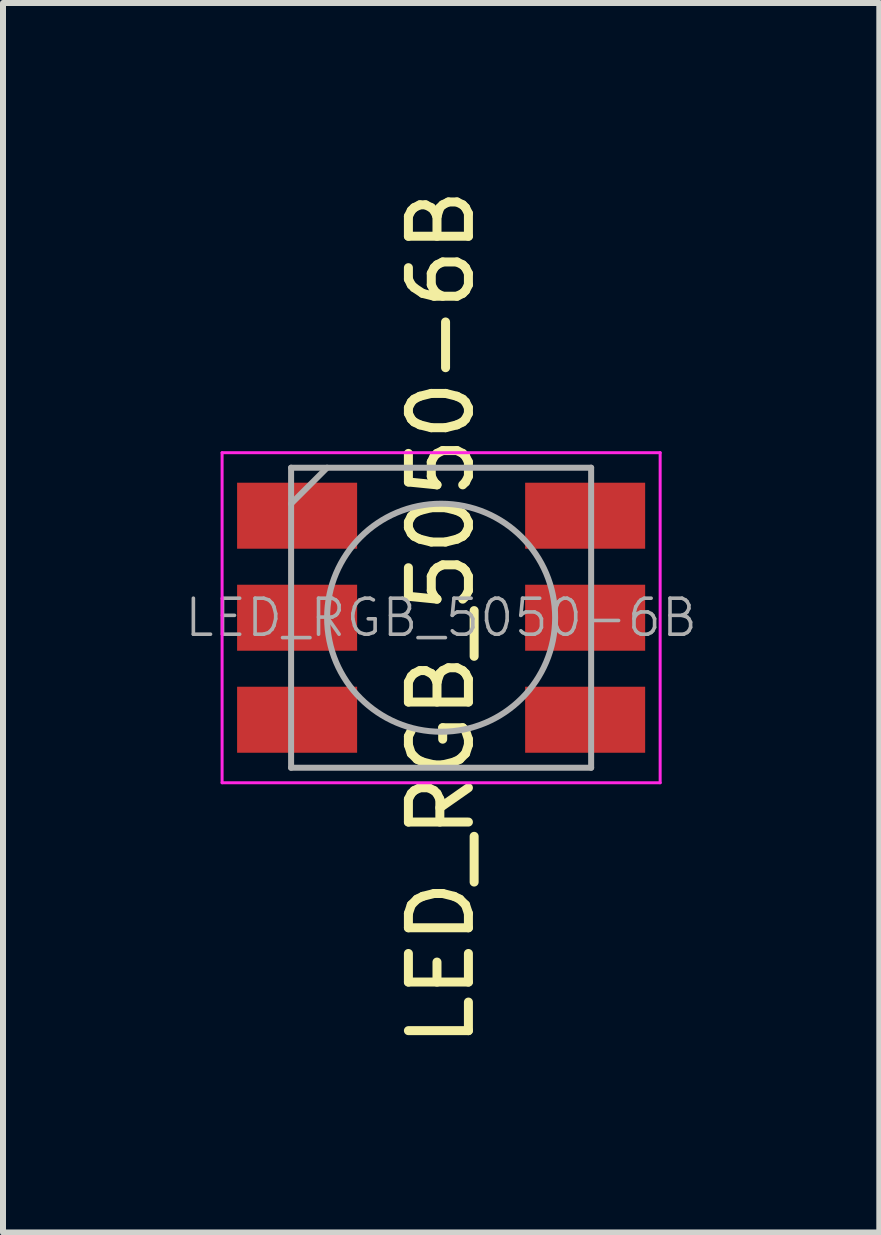
<source format=kicad_pcb>
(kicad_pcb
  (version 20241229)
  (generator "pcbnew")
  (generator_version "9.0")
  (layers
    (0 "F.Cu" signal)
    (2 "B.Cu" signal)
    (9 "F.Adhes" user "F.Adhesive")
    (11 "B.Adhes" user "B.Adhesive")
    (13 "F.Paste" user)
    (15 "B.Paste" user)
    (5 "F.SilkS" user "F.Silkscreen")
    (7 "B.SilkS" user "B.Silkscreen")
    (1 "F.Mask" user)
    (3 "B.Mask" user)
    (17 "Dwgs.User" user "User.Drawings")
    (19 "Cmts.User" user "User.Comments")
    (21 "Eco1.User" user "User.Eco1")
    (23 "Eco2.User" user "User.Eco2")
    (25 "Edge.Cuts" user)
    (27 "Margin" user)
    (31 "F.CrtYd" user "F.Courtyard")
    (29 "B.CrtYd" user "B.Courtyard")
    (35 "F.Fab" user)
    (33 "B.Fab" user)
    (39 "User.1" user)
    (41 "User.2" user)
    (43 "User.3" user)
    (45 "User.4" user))
  (footprint "LED_RGB_5050-6B"
    (layer "F.Cu")
    (at 4.301 7.244)
    (property "Reference" "LED_RGB_5050-6B" (at 0 0 270) (layer "F.SilkS") (effects (font (size 1 1) (thickness 0.15))))
    (attr smd)
    (fp_line (start -3.6 -2.7) (end 2.5 -2.7) (stroke (width 0.12) (type solid)) (layer "Eco1.User"))
    (fp_line (start -3.6 -1.6) (end -3.6 -2.7) (stroke (width 0.12) (type solid)) (layer "Eco1.User"))
    (fp_line (start 2.5 2.7) (end -2.5 2.7) (stroke (width 0.12) (type solid)) (layer "Eco1.User"))
    (fp_line (start -3.65 -2.75) (end -3.65 2.75) (stroke (width 0.05) (type solid)) (layer "F.CrtYd"))
    (fp_line (start -3.65 2.75) (end 3.65 2.75) (stroke (width 0.05) (type solid)) (layer "F.CrtYd"))
    (fp_line (start 3.65 -2.75) (end -3.65 -2.75) (stroke (width 0.05) (type solid)) (layer "F.CrtYd"))
    (fp_line (start 3.65 2.75) (end 3.65 -2.75) (stroke (width 0.05) (type solid)) (layer "F.CrtYd"))
    (fp_line (start -2.5 -2.5) (end -2.5 2.5) (stroke (width 0.1) (type solid)) (layer "F.Fab"))
    (fp_line (start -2.5 -1.9) (end -1.9 -2.5) (stroke (width 0.1) (type solid)) (layer "F.Fab"))
    (fp_line (start -2.5 2.5) (end 2.5 2.5) (stroke (width 0.1) (type solid)) (layer "F.Fab"))
    (fp_line (start 2.5 -2.5) (end -2.5 -2.5) (stroke (width 0.1) (type solid)) (layer "F.Fab"))
    (fp_line (start 2.5 2.5) (end 2.5 -2.5) (stroke (width 0.1) (type solid)) (layer "F.Fab"))
    (fp_circle (center 0 0) (end 0 -1.9) (stroke (width 0.1) (type solid)) (fill no) (layer "F.Fab"))
    (fp_text user "${REFERENCE}" (at 0 0 0) (layer "F.Fab") (effects (font (size 0.6 0.6) (thickness 0.06))))
    (pad "1" smd rect (at -2.4 -1.7 90) (size 1.1 2) (layers "F.Cu" "F.Mask" "F.Paste"))
    (pad "2" smd rect (at -2.4 0 90) (size 1.1 2) (layers "F.Cu" "F.Mask" "F.Paste"))
    (pad "3" smd rect (at -2.4 1.7 90) (size 1.1 2) (layers "F.Cu" "F.Mask" "F.Paste"))
    (pad "4" smd rect (at 2.4 1.7 90) (size 1.1 2) (layers "F.Cu" "F.Mask" "F.Paste"))
    (pad "5" smd rect (at 2.4 0 90) (size 1.1 2) (layers "F.Cu" "F.Mask" "F.Paste"))
    (pad "6" smd rect (at 2.4 -1.7 90) (size 1.1 2) (layers "F.Cu" "F.Mask" "F.Paste")))
  (gr_rect
    (start -3 -3)
    (end 11.603 17.488)
    (stroke (width 0.1) (type default))
    (fill no)
    (layer "Edge.Cuts")))
</source>
